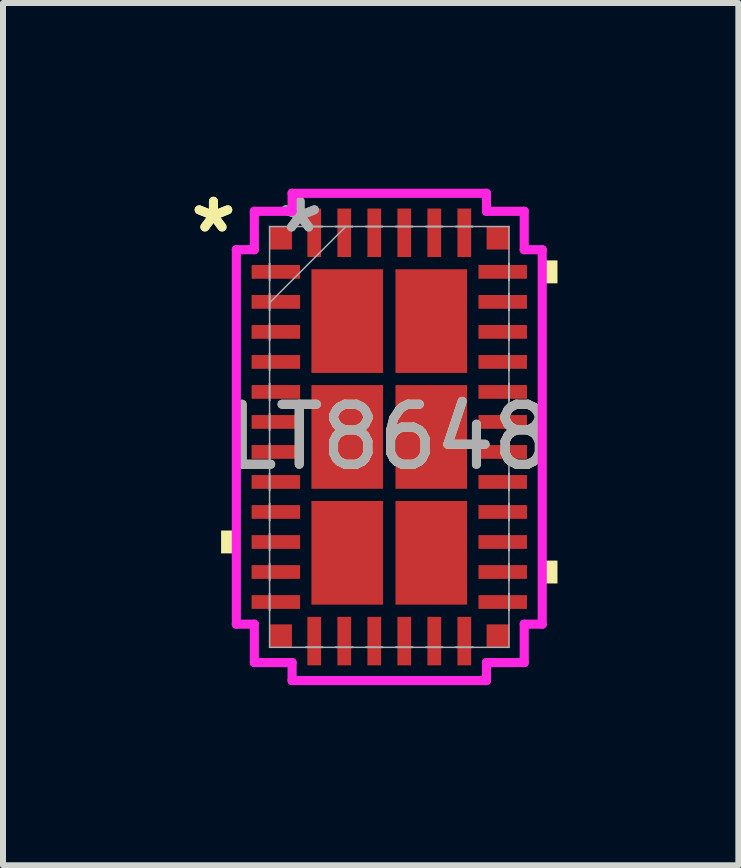
<source format=kicad_pcb>
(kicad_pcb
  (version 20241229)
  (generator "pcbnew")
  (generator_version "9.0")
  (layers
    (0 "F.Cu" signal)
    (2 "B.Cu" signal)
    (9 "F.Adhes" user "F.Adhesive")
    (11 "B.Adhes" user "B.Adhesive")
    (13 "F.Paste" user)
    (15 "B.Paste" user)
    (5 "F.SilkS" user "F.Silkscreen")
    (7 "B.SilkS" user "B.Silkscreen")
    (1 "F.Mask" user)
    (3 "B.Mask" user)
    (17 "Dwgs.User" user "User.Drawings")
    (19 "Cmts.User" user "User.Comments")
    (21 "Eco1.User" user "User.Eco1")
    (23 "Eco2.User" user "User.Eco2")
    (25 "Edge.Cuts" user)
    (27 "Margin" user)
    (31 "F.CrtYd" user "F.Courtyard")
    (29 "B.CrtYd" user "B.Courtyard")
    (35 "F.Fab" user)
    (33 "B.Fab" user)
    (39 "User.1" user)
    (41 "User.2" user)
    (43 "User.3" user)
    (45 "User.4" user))
  (footprint "LT8648"
    (layer "F.Cu")
    (at 3.435 4.229)
    (property "Reference" "LT8648" (at 0 0 0) (unlocked yes) (layer "F.SilkS") (effects (font (size 1 1) (thickness 0.15))))
    (attr smd)
    (fp_poly (pts (xy -2.802 1.559) (xy -2.802 1.94) (xy -2.548 1.94) (xy -2.548 1.559)) (stroke (width 0) (type solid)) (fill yes) (layer "F.SilkS"))
    (fp_poly (pts (xy 2.802 -2.941) (xy 2.802 -2.559) (xy 2.548 -2.559) (xy 2.548 -2.941)) (stroke (width 0) (type solid)) (fill yes) (layer "F.SilkS"))
    (fp_poly (pts (xy 2.802 2.06) (xy 2.802 2.441) (xy 2.548 2.441) (xy 2.548 2.06)) (stroke (width 0) (type solid)) (fill yes) (layer "F.SilkS"))
    (fp_line (start -2.548 -3.119) (end -2.248 -3.119) (stroke (width 0.152) (type solid)) (layer "F.CrtYd"))
    (fp_line (start -2.548 3.119) (end -2.548 -3.119) (stroke (width 0.152) (type solid)) (layer "F.CrtYd"))
    (fp_line (start -2.548 3.119) (end -2.248 3.119) (stroke (width 0.152) (type solid)) (layer "F.CrtYd"))
    (fp_line (start -2.248 -3.759) (end -1.619 -3.759) (stroke (width 0.152) (type solid)) (layer "F.CrtYd"))
    (fp_line (start -2.248 -3.119) (end -2.248 -3.759) (stroke (width 0.152) (type solid)) (layer "F.CrtYd"))
    (fp_line (start -2.248 3.759) (end -2.248 3.119) (stroke (width 0.152) (type solid)) (layer "F.CrtYd"))
    (fp_line (start -1.619 -4.059) (end 1.619 -4.059) (stroke (width 0.152) (type solid)) (layer "F.CrtYd"))
    (fp_line (start -1.619 -3.759) (end -1.619 -4.059) (stroke (width 0.152) (type solid)) (layer "F.CrtYd"))
    (fp_line (start -1.619 3.759) (end -2.248 3.759) (stroke (width 0.152) (type solid)) (layer "F.CrtYd"))
    (fp_line (start -1.619 4.059) (end -1.619 3.759) (stroke (width 0.152) (type solid)) (layer "F.CrtYd"))
    (fp_line (start 1.619 -4.059) (end 1.619 -3.759) (stroke (width 0.152) (type solid)) (layer "F.CrtYd"))
    (fp_line (start 1.619 -3.759) (end 2.248 -3.759) (stroke (width 0.152) (type solid)) (layer "F.CrtYd"))
    (fp_line (start 1.619 3.759) (end 1.619 4.059) (stroke (width 0.152) (type solid)) (layer "F.CrtYd"))
    (fp_line (start 1.619 4.059) (end -1.619 4.059) (stroke (width 0.152) (type solid)) (layer "F.CrtYd"))
    (fp_line (start 2.248 -3.759) (end 2.248 -3.119) (stroke (width 0.152) (type solid)) (layer "F.CrtYd"))
    (fp_line (start 2.248 -3.119) (end 2.548 -3.119) (stroke (width 0.152) (type solid)) (layer "F.CrtYd"))
    (fp_line (start 2.248 3.119) (end 2.248 3.759) (stroke (width 0.152) (type solid)) (layer "F.CrtYd"))
    (fp_line (start 2.248 3.759) (end 1.619 3.759) (stroke (width 0.152) (type solid)) (layer "F.CrtYd"))
    (fp_line (start 2.548 -3.119) (end 2.548 3.119) (stroke (width 0.152) (type solid)) (layer "F.CrtYd"))
    (fp_line (start 2.548 3.119) (end 2.248 3.119) (stroke (width 0.152) (type solid)) (layer "F.CrtYd"))
    (fp_line (start -1.994 -3.505) (end -1.994 3.505) (stroke (width 0.025) (type solid)) (layer "F.Fab"))
    (fp_line (start -1.994 -2.89) (end -1.994 -2.89) (stroke (width 0.025) (type solid)) (layer "F.Fab"))
    (fp_line (start -1.994 -2.89) (end -1.994 -2.61) (stroke (width 0.025) (type solid)) (layer "F.Fab"))
    (fp_line (start -1.994 -2.61) (end -1.994 -2.89) (stroke (width 0.025) (type solid)) (layer "F.Fab"))
    (fp_line (start -1.994 -2.61) (end -1.994 -2.61) (stroke (width 0.025) (type solid)) (layer "F.Fab"))
    (fp_line (start -1.994 -2.39) (end -1.994 -2.39) (stroke (width 0.025) (type solid)) (layer "F.Fab"))
    (fp_line (start -1.994 -2.39) (end -1.994 -2.11) (stroke (width 0.025) (type solid)) (layer "F.Fab"))
    (fp_line (start -1.994 -2.235) (end -0.724 -3.505) (stroke (width 0.025) (type solid)) (layer "F.Fab"))
    (fp_line (start -1.994 -2.11) (end -1.994 -2.39) (stroke (width 0.025) (type solid)) (layer "F.Fab"))
    (fp_line (start -1.994 -2.11) (end -1.994 -2.11) (stroke (width 0.025) (type solid)) (layer "F.Fab"))
    (fp_line (start -1.994 -1.89) (end -1.994 -1.89) (stroke (width 0.025) (type solid)) (layer "F.Fab"))
    (fp_line (start -1.994 -1.89) (end -1.994 -1.61) (stroke (width 0.025) (type solid)) (layer "F.Fab"))
    (fp_line (start -1.994 -1.61) (end -1.994 -1.89) (stroke (width 0.025) (type solid)) (layer "F.Fab"))
    (fp_line (start -1.994 -1.61) (end -1.994 -1.61) (stroke (width 0.025) (type solid)) (layer "F.Fab"))
    (fp_line (start -1.994 -1.39) (end -1.994 -1.39) (stroke (width 0.025) (type solid)) (layer "F.Fab"))
    (fp_line (start -1.994 -1.39) (end -1.994 -1.11) (stroke (width 0.025) (type solid)) (layer "F.Fab"))
    (fp_line (start -1.994 -1.11) (end -1.994 -1.39) (stroke (width 0.025) (type solid)) (layer "F.Fab"))
    (fp_line (start -1.994 -1.11) (end -1.994 -1.11) (stroke (width 0.025) (type solid)) (layer "F.Fab"))
    (fp_line (start -1.994 -0.89) (end -1.994 -0.89) (stroke (width 0.025) (type solid)) (layer "F.Fab"))
    (fp_line (start -1.994 -0.89) (end -1.994 -0.61) (stroke (width 0.025) (type solid)) (layer "F.Fab"))
    (fp_line (start -1.994 -0.61) (end -1.994 -0.89) (stroke (width 0.025) (type solid)) (layer "F.Fab"))
    (fp_line (start -1.994 -0.61) (end -1.994 -0.61) (stroke (width 0.025) (type solid)) (layer "F.Fab"))
    (fp_line (start -1.994 -0.39) (end -1.994 -0.39) (stroke (width 0.025) (type solid)) (layer "F.Fab"))
    (fp_line (start -1.994 -0.39) (end -1.994 -0.11) (stroke (width 0.025) (type solid)) (layer "F.Fab"))
    (fp_line (start -1.994 -0.11) (end -1.994 -0.39) (stroke (width 0.025) (type solid)) (layer "F.Fab"))
    (fp_line (start -1.994 -0.11) (end -1.994 -0.11) (stroke (width 0.025) (type solid)) (layer "F.Fab"))
    (fp_line (start -1.994 0.11) (end -1.994 0.11) (stroke (width 0.025) (type solid)) (layer "F.Fab"))
    (fp_line (start -1.994 0.11) (end -1.994 0.39) (stroke (width 0.025) (type solid)) (layer "F.Fab"))
    (fp_line (start -1.994 0.39) (end -1.994 0.11) (stroke (width 0.025) (type solid)) (layer "F.Fab"))
    (fp_line (start -1.994 0.39) (end -1.994 0.39) (stroke (width 0.025) (type solid)) (layer "F.Fab"))
    (fp_line (start -1.994 0.61) (end -1.994 0.61) (stroke (width 0.025) (type solid)) (layer "F.Fab"))
    (fp_line (start -1.994 0.61) (end -1.994 0.89) (stroke (width 0.025) (type solid)) (layer "F.Fab"))
    (fp_line (start -1.994 0.89) (end -1.994 0.61) (stroke (width 0.025) (type solid)) (layer "F.Fab"))
    (fp_line (start -1.994 0.89) (end -1.994 0.89) (stroke (width 0.025) (type solid)) (layer "F.Fab"))
    (fp_line (start -1.994 1.11) (end -1.994 1.11) (stroke (width 0.025) (type solid)) (layer "F.Fab"))
    (fp_line (start -1.994 1.11) (end -1.994 1.39) (stroke (width 0.025) (type solid)) (layer "F.Fab"))
    (fp_line (start -1.994 1.39) (end -1.994 1.11) (stroke (width 0.025) (type solid)) (layer "F.Fab"))
    (fp_line (start -1.994 1.39) (end -1.994 1.39) (stroke (width 0.025) (type solid)) (layer "F.Fab"))
    (fp_line (start -1.994 1.61) (end -1.994 1.61) (stroke (width 0.025) (type solid)) (layer "F.Fab"))
    (fp_line (start -1.994 1.61) (end -1.994 1.89) (stroke (width 0.025) (type solid)) (layer "F.Fab"))
    (fp_line (start -1.994 1.89) (end -1.994 1.61) (stroke (width 0.025) (type solid)) (layer "F.Fab"))
    (fp_line (start -1.994 1.89) (end -1.994 1.89) (stroke (width 0.025) (type solid)) (layer "F.Fab"))
    (fp_line (start -1.994 2.11) (end -1.994 2.11) (stroke (width 0.025) (type solid)) (layer "F.Fab"))
    (fp_line (start -1.994 2.11) (end -1.994 2.39) (stroke (width 0.025) (type solid)) (layer "F.Fab"))
    (fp_line (start -1.994 2.39) (end -1.994 2.11) (stroke (width 0.025) (type solid)) (layer "F.Fab"))
    (fp_line (start -1.994 2.39) (end -1.994 2.39) (stroke (width 0.025) (type solid)) (layer "F.Fab"))
    (fp_line (start -1.994 2.61) (end -1.994 2.61) (stroke (width 0.025) (type solid)) (layer "F.Fab"))
    (fp_line (start -1.994 2.61) (end -1.994 2.89) (stroke (width 0.025) (type solid)) (layer "F.Fab"))
    (fp_line (start -1.994 2.89) (end -1.994 2.61) (stroke (width 0.025) (type solid)) (layer "F.Fab"))
    (fp_line (start -1.994 2.89) (end -1.994 2.89) (stroke (width 0.025) (type solid)) (layer "F.Fab"))
    (fp_line (start -1.994 3.505) (end 1.994 3.505) (stroke (width 0.025) (type solid)) (layer "F.Fab"))
    (fp_line (start -1.39 -3.505) (end -1.39 -3.505) (stroke (width 0.025) (type solid)) (layer "F.Fab"))
    (fp_line (start -1.39 -3.505) (end -1.11 -3.505) (stroke (width 0.025) (type solid)) (layer "F.Fab"))
    (fp_line (start -1.39 3.505) (end -1.39 3.505) (stroke (width 0.025) (type solid)) (layer "F.Fab"))
    (fp_line (start -1.39 3.505) (end -1.11 3.505) (stroke (width 0.025) (type solid)) (layer "F.Fab"))
    (fp_line (start -1.11 -3.505) (end -1.39 -3.505) (stroke (width 0.025) (type solid)) (layer "F.Fab"))
    (fp_line (start -1.11 -3.505) (end -1.11 -3.505) (stroke (width 0.025) (type solid)) (layer "F.Fab"))
    (fp_line (start -1.11 3.505) (end -1.39 3.505) (stroke (width 0.025) (type solid)) (layer "F.Fab"))
    (fp_line (start -1.11 3.505) (end -1.11 3.505) (stroke (width 0.025) (type solid)) (layer "F.Fab"))
    (fp_line (start -0.89 -3.505) (end -0.89 -3.505) (stroke (width 0.025) (type solid)) (layer "F.Fab"))
    (fp_line (start -0.89 -3.505) (end -0.61 -3.505) (stroke (width 0.025) (type solid)) (layer "F.Fab"))
    (fp_line (start -0.89 3.505) (end -0.89 3.505) (stroke (width 0.025) (type solid)) (layer "F.Fab"))
    (fp_line (start -0.89 3.505) (end -0.61 3.505) (stroke (width 0.025) (type solid)) (layer "F.Fab"))
    (fp_line (start -0.61 -3.505) (end -0.89 -3.505) (stroke (width 0.025) (type solid)) (layer "F.Fab"))
    (fp_line (start -0.61 -3.505) (end -0.61 -3.505) (stroke (width 0.025) (type solid)) (layer "F.Fab"))
    (fp_line (start -0.61 3.505) (end -0.89 3.505) (stroke (width 0.025) (type solid)) (layer "F.Fab"))
    (fp_line (start -0.61 3.505) (end -0.61 3.505) (stroke (width 0.025) (type solid)) (layer "F.Fab"))
    (fp_line (start -0.39 -3.505) (end -0.39 -3.505) (stroke (width 0.025) (type solid)) (layer "F.Fab"))
    (fp_line (start -0.39 -3.505) (end -0.11 -3.505) (stroke (width 0.025) (type solid)) (layer "F.Fab"))
    (fp_line (start -0.39 3.505) (end -0.39 3.505) (stroke (width 0.025) (type solid)) (layer "F.Fab"))
    (fp_line (start -0.39 3.505) (end -0.11 3.505) (stroke (width 0.025) (type solid)) (layer "F.Fab"))
    (fp_line (start -0.11 -3.505) (end -0.39 -3.505) (stroke (width 0.025) (type solid)) (layer "F.Fab"))
    (fp_line (start -0.11 -3.505) (end -0.11 -3.505) (stroke (width 0.025) (type solid)) (layer "F.Fab"))
    (fp_line (start -0.11 3.505) (end -0.39 3.505) (stroke (width 0.025) (type solid)) (layer "F.Fab"))
    (fp_line (start -0.11 3.505) (end -0.11 3.505) (stroke (width 0.025) (type solid)) (layer "F.Fab"))
    (fp_line (start 0.11 -3.505) (end 0.11 -3.505) (stroke (width 0.025) (type solid)) (layer "F.Fab"))
    (fp_line (start 0.11 -3.505) (end 0.39 -3.505) (stroke (width 0.025) (type solid)) (layer "F.Fab"))
    (fp_line (start 0.11 3.505) (end 0.11 3.505) (stroke (width 0.025) (type solid)) (layer "F.Fab"))
    (fp_line (start 0.11 3.505) (end 0.39 3.505) (stroke (width 0.025) (type solid)) (layer "F.Fab"))
    (fp_line (start 0.39 -3.505) (end 0.11 -3.505) (stroke (width 0.025) (type solid)) (layer "F.Fab"))
    (fp_line (start 0.39 -3.505) (end 0.39 -3.505) (stroke (width 0.025) (type solid)) (layer "F.Fab"))
    (fp_line (start 0.39 3.505) (end 0.11 3.505) (stroke (width 0.025) (type solid)) (layer "F.Fab"))
    (fp_line (start 0.39 3.505) (end 0.39 3.505) (stroke (width 0.025) (type solid)) (layer "F.Fab"))
    (fp_line (start 0.61 -3.505) (end 0.61 -3.505) (stroke (width 0.025) (type solid)) (layer "F.Fab"))
    (fp_line (start 0.61 -3.505) (end 0.89 -3.505) (stroke (width 0.025) (type solid)) (layer "F.Fab"))
    (fp_line (start 0.61 3.505) (end 0.61 3.505) (stroke (width 0.025) (type solid)) (layer "F.Fab"))
    (fp_line (start 0.61 3.505) (end 0.89 3.505) (stroke (width 0.025) (type solid)) (layer "F.Fab"))
    (fp_line (start 0.89 -3.505) (end 0.61 -3.505) (stroke (width 0.025) (type solid)) (layer "F.Fab"))
    (fp_line (start 0.89 -3.505) (end 0.89 -3.505) (stroke (width 0.025) (type solid)) (layer "F.Fab"))
    (fp_line (start 0.89 3.505) (end 0.61 3.505) (stroke (width 0.025) (type solid)) (layer "F.Fab"))
    (fp_line (start 0.89 3.505) (end 0.89 3.505) (stroke (width 0.025) (type solid)) (layer "F.Fab"))
    (fp_line (start 1.11 -3.505) (end 1.11 -3.505) (stroke (width 0.025) (type solid)) (layer "F.Fab"))
    (fp_line (start 1.11 -3.505) (end 1.39 -3.505) (stroke (width 0.025) (type solid)) (layer "F.Fab"))
    (fp_line (start 1.11 3.505) (end 1.11 3.505) (stroke (width 0.025) (type solid)) (layer "F.Fab"))
    (fp_line (start 1.11 3.505) (end 1.39 3.505) (stroke (width 0.025) (type solid)) (layer "F.Fab"))
    (fp_line (start 1.39 -3.505) (end 1.11 -3.505) (stroke (width 0.025) (type solid)) (layer "F.Fab"))
    (fp_line (start 1.39 -3.505) (end 1.39 -3.505) (stroke (width 0.025) (type solid)) (layer "F.Fab"))
    (fp_line (start 1.39 3.505) (end 1.11 3.505) (stroke (width 0.025) (type solid)) (layer "F.Fab"))
    (fp_line (start 1.39 3.505) (end 1.39 3.505) (stroke (width 0.025) (type solid)) (layer "F.Fab"))
    (fp_line (start 1.994 -3.505) (end -1.994 -3.505) (stroke (width 0.025) (type solid)) (layer "F.Fab"))
    (fp_line (start 1.994 -2.89) (end 1.994 -2.89) (stroke (width 0.025) (type solid)) (layer "F.Fab"))
    (fp_line (start 1.994 -2.89) (end 1.994 -2.61) (stroke (width 0.025) (type solid)) (layer "F.Fab"))
    (fp_line (start 1.994 -2.61) (end 1.994 -2.89) (stroke (width 0.025) (type solid)) (layer "F.Fab"))
    (fp_line (start 1.994 -2.61) (end 1.994 -2.61) (stroke (width 0.025) (type solid)) (layer "F.Fab"))
    (fp_line (start 1.994 -2.39) (end 1.994 -2.39) (stroke (width 0.025) (type solid)) (layer "F.Fab"))
    (fp_line (start 1.994 -2.39) (end 1.994 -2.11) (stroke (width 0.025) (type solid)) (layer "F.Fab"))
    (fp_line (start 1.994 -2.11) (end 1.994 -2.39) (stroke (width 0.025) (type solid)) (layer "F.Fab"))
    (fp_line (start 1.994 -2.11) (end 1.994 -2.11) (stroke (width 0.025) (type solid)) (layer "F.Fab"))
    (fp_line (start 1.994 -1.89) (end 1.994 -1.89) (stroke (width 0.025) (type solid)) (layer "F.Fab"))
    (fp_line (start 1.994 -1.89) (end 1.994 -1.61) (stroke (width 0.025) (type solid)) (layer "F.Fab"))
    (fp_line (start 1.994 -1.61) (end 1.994 -1.89) (stroke (width 0.025) (type solid)) (layer "F.Fab"))
    (fp_line (start 1.994 -1.61) (end 1.994 -1.61) (stroke (width 0.025) (type solid)) (layer "F.Fab"))
    (fp_line (start 1.994 -1.39) (end 1.994 -1.39) (stroke (width 0.025) (type solid)) (layer "F.Fab"))
    (fp_line (start 1.994 -1.39) (end 1.994 -1.11) (stroke (width 0.025) (type solid)) (layer "F.Fab"))
    (fp_line (start 1.994 -1.11) (end 1.994 -1.39) (stroke (width 0.025) (type solid)) (layer "F.Fab"))
    (fp_line (start 1.994 -1.11) (end 1.994 -1.11) (stroke (width 0.025) (type solid)) (layer "F.Fab"))
    (fp_line (start 1.994 -0.89) (end 1.994 -0.89) (stroke (width 0.025) (type solid)) (layer "F.Fab"))
    (fp_line (start 1.994 -0.89) (end 1.994 -0.61) (stroke (width 0.025) (type solid)) (layer "F.Fab"))
    (fp_line (start 1.994 -0.61) (end 1.994 -0.89) (stroke (width 0.025) (type solid)) (layer "F.Fab"))
    (fp_line (start 1.994 -0.61) (end 1.994 -0.61) (stroke (width 0.025) (type solid)) (layer "F.Fab"))
    (fp_line (start 1.994 -0.39) (end 1.994 -0.39) (stroke (width 0.025) (type solid)) (layer "F.Fab"))
    (fp_line (start 1.994 -0.39) (end 1.994 -0.11) (stroke (width 0.025) (type solid)) (layer "F.Fab"))
    (fp_line (start 1.994 -0.11) (end 1.994 -0.39) (stroke (width 0.025) (type solid)) (layer "F.Fab"))
    (fp_line (start 1.994 -0.11) (end 1.994 -0.11) (stroke (width 0.025) (type solid)) (layer "F.Fab"))
    (fp_line (start 1.994 0.11) (end 1.994 0.11) (stroke (width 0.025) (type solid)) (layer "F.Fab"))
    (fp_line (start 1.994 0.11) (end 1.994 0.39) (stroke (width 0.025) (type solid)) (layer "F.Fab"))
    (fp_line (start 1.994 0.39) (end 1.994 0.11) (stroke (width 0.025) (type solid)) (layer "F.Fab"))
    (fp_line (start 1.994 0.39) (end 1.994 0.39) (stroke (width 0.025) (type solid)) (layer "F.Fab"))
    (fp_line (start 1.994 0.61) (end 1.994 0.61) (stroke (width 0.025) (type solid)) (layer "F.Fab"))
    (fp_line (start 1.994 0.61) (end 1.994 0.89) (stroke (width 0.025) (type solid)) (layer "F.Fab"))
    (fp_line (start 1.994 0.89) (end 1.994 0.61) (stroke (width 0.025) (type solid)) (layer "F.Fab"))
    (fp_line (start 1.994 0.89) (end 1.994 0.89) (stroke (width 0.025) (type solid)) (layer "F.Fab"))
    (fp_line (start 1.994 1.11) (end 1.994 1.11) (stroke (width 0.025) (type solid)) (layer "F.Fab"))
    (fp_line (start 1.994 1.11) (end 1.994 1.39) (stroke (width 0.025) (type solid)) (layer "F.Fab"))
    (fp_line (start 1.994 1.39) (end 1.994 1.11) (stroke (width 0.025) (type solid)) (layer "F.Fab"))
    (fp_line (start 1.994 1.39) (end 1.994 1.39) (stroke (width 0.025) (type solid)) (layer "F.Fab"))
    (fp_line (start 1.994 1.61) (end 1.994 1.61) (stroke (width 0.025) (type solid)) (layer "F.Fab"))
    (fp_line (start 1.994 1.61) (end 1.994 1.89) (stroke (width 0.025) (type solid)) (layer "F.Fab"))
    (fp_line (start 1.994 1.89) (end 1.994 1.61) (stroke (width 0.025) (type solid)) (layer "F.Fab"))
    (fp_line (start 1.994 1.89) (end 1.994 1.89) (stroke (width 0.025) (type solid)) (layer "F.Fab"))
    (fp_line (start 1.994 2.11) (end 1.994 2.11) (stroke (width 0.025) (type solid)) (layer "F.Fab"))
    (fp_line (start 1.994 2.11) (end 1.994 2.39) (stroke (width 0.025) (type solid)) (layer "F.Fab"))
    (fp_line (start 1.994 2.39) (end 1.994 2.11) (stroke (width 0.025) (type solid)) (layer "F.Fab"))
    (fp_line (start 1.994 2.39) (end 1.994 2.39) (stroke (width 0.025) (type solid)) (layer "F.Fab"))
    (fp_line (start 1.994 2.61) (end 1.994 2.61) (stroke (width 0.025) (type solid)) (layer "F.Fab"))
    (fp_line (start 1.994 2.61) (end 1.994 2.89) (stroke (width 0.025) (type solid)) (layer "F.Fab"))
    (fp_line (start 1.994 2.89) (end 1.994 2.61) (stroke (width 0.025) (type solid)) (layer "F.Fab"))
    (fp_line (start 1.994 2.89) (end 1.994 2.89) (stroke (width 0.025) (type solid)) (layer "F.Fab"))
    (fp_line (start 1.994 3.505) (end 1.994 -3.505) (stroke (width 0.025) (type solid)) (layer "F.Fab"))
    (fp_text user "*" (at -2.929 -3.381 0) (layer "F.SilkS") (effects (font (size 1 1) (thickness 0.15))))
    (fp_text user "*" (at -2.929 -3.381 0) (unlocked yes) (layer "F.SilkS") (effects (font (size 1 1) (thickness 0.15))))
    (fp_text user "${REFERENCE}" (at 0 0 0) (unlocked yes) (layer "F.Fab") (effects (font (size 1 1) (thickness 0.15))))
    (fp_text user "*" (at -1.486 -3.381 0) (layer "F.Fab") (effects (font (size 1 1) (thickness 0.15))))
    (fp_text user "*" (at -1.486 -3.381 0) (unlocked yes) (layer "F.Fab") (effects (font (size 1 1) (thickness 0.15))))
    (pad "1" smd rect (at -1.89 -2.75 90) (size 0.229 0.808) (layers "F.Cu" "F.Mask" "F.Paste"))
    (pad "2" smd rect (at -1.89 -2.25 90) (size 0.229 0.808) (layers "F.Cu" "F.Mask" "F.Paste"))
    (pad "3" smd rect (at -1.89 -1.75 90) (size 0.229 0.808) (layers "F.Cu" "F.Mask" "F.Paste"))
    (pad "4" smd rect (at -1.89 -1.25 90) (size 0.229 0.808) (layers "F.Cu" "F.Mask" "F.Paste"))
    (pad "5" smd rect (at -1.89 -0.75 90) (size 0.229 0.808) (layers "F.Cu" "F.Mask" "F.Paste"))
    (pad "6" smd rect (at -1.89 -0.25 90) (size 0.229 0.808) (layers "F.Cu" "F.Mask" "F.Paste"))
    (pad "7" smd rect (at -1.89 0.25 90) (size 0.229 0.808) (layers "F.Cu" "F.Mask" "F.Paste"))
    (pad "8" smd rect (at -1.89 0.75 90) (size 0.229 0.808) (layers "F.Cu" "F.Mask" "F.Paste"))
    (pad "9" smd rect (at -1.89 1.25 90) (size 0.229 0.808) (layers "F.Cu" "F.Mask" "F.Paste"))
    (pad "10" smd rect (at -1.89 1.75 90) (size 0.229 0.808) (layers "F.Cu" "F.Mask" "F.Paste"))
    (pad "11" smd rect (at -1.89 2.25 90) (size 0.229 0.808) (layers "F.Cu" "F.Mask" "F.Paste"))
    (pad "12" smd rect (at -1.89 2.75 90) (size 0.229 0.808) (layers "F.Cu" "F.Mask" "F.Paste"))
    (pad "13" smd rect (at -1.25 3.401) (size 0.229 0.808) (layers "F.Cu" "F.Mask" "F.Paste"))
    (pad "14" smd rect (at -0.75 3.401) (size 0.229 0.808) (layers "F.Cu" "F.Mask" "F.Paste"))
    (pad "15" smd rect (at -0.25 3.401) (size 0.229 0.808) (layers "F.Cu" "F.Mask" "F.Paste"))
    (pad "16" smd rect (at 0.25 3.401) (size 0.229 0.808) (layers "F.Cu" "F.Mask" "F.Paste"))
    (pad "17" smd rect (at 0.75 3.401) (size 0.229 0.808) (layers "F.Cu" "F.Mask" "F.Paste"))
    (pad "18" smd rect (at 1.25 3.401) (size 0.229 0.808) (layers "F.Cu" "F.Mask" "F.Paste"))
    (pad "19" smd rect (at 1.89 2.75 90) (size 0.229 0.808) (layers "F.Cu" "F.Mask" "F.Paste"))
    (pad "20" smd rect (at 1.89 2.25 90) (size 0.229 0.808) (layers "F.Cu" "F.Mask" "F.Paste"))
    (pad "21" smd rect (at 1.89 1.75 90) (size 0.229 0.808) (layers "F.Cu" "F.Mask" "F.Paste"))
    (pad "22" smd rect (at 1.89 1.25 90) (size 0.229 0.808) (layers "F.Cu" "F.Mask" "F.Paste"))
    (pad "23" smd rect (at 1.89 0.75 90) (size 0.229 0.808) (layers "F.Cu" "F.Mask" "F.Paste"))
    (pad "24" smd rect (at 1.89 0.25 90) (size 0.229 0.808) (layers "F.Cu" "F.Mask" "F.Paste"))
    (pad "25" smd rect (at 1.89 -0.25 90) (size 0.229 0.808) (layers "F.Cu" "F.Mask" "F.Paste"))
    (pad "26" smd rect (at 1.89 -0.75 90) (size 0.229 0.808) (layers "F.Cu" "F.Mask" "F.Paste"))
    (pad "27" smd rect (at 1.89 -1.25 90) (size 0.229 0.808) (layers "F.Cu" "F.Mask" "F.Paste"))
    (pad "28" smd rect (at 1.89 -1.75 90) (size 0.229 0.808) (layers "F.Cu" "F.Mask" "F.Paste"))
    (pad "29" smd rect (at 1.89 -2.25 90) (size 0.229 0.808) (layers "F.Cu" "F.Mask" "F.Paste"))
    (pad "30" smd rect (at 1.89 -2.75 90) (size 0.229 0.808) (layers "F.Cu" "F.Mask" "F.Paste"))
    (pad "31" smd rect (at 1.25 -3.401) (size 0.229 0.808) (layers "F.Cu" "F.Mask" "F.Paste"))
    (pad "32" smd rect (at 0.75 -3.401) (size 0.229 0.808) (layers "F.Cu" "F.Mask" "F.Paste"))
    (pad "33" smd rect (at 0.25 -3.401) (size 0.229 0.808) (layers "F.Cu" "F.Mask" "F.Paste"))
    (pad "34" smd rect (at -0.25 -3.401) (size 0.229 0.808) (layers "F.Cu" "F.Mask" "F.Paste"))
    (pad "35" smd rect (at -0.75 -3.401) (size 0.229 0.808) (layers "F.Cu" "F.Mask" "F.Paste"))
    (pad "36" smd rect (at -1.25 -3.401) (size 0.229 0.808) (layers "F.Cu" "F.Mask" "F.Paste"))
    (pad "37" smd rect (at -0.7 -1.93) (size 1.194 1.727) (layers "F.Cu" "F.Mask" "F.Paste"))
    (pad "38" smd rect (at 0.7 -1.93) (size 1.194 1.727) (layers "F.Cu" "F.Mask" "F.Paste"))
    (pad "39" smd rect (at -0.7 0) (size 1.194 1.727) (layers "F.Cu" "F.Mask" "F.Paste"))
    (pad "40" smd rect (at 0.7 0) (size 1.194 1.727) (layers "F.Cu" "F.Mask" "F.Paste"))
    (pad "41" smd rect (at -0.7 1.93) (size 1.194 1.727) (layers "F.Cu" "F.Mask" "F.Paste"))
    (pad "42" smd rect (at 0.7 1.93) (size 1.194 1.727) (layers "F.Cu" "F.Mask" "F.Paste"))
    (pad "43" smd rect (at -1.812 -3.313) (size 0.381 0.381) (layers "F.Cu" "F.Mask" "F.Paste"))
    (pad "44" smd rect (at 1.812 -3.313) (size 0.381 0.381) (layers "F.Cu" "F.Mask" "F.Paste"))
    (pad "45" smd rect (at -1.812 3.313) (size 0.381 0.381) (layers "F.Cu" "F.Mask" "F.Paste"))
    (pad "46" smd rect (at 1.812 3.313) (size 0.381 0.381) (layers "F.Cu" "F.Mask" "F.Paste")))
  (gr_rect
    (start -3 -3)
    (end 9.25 11.365)
    (stroke (width 0.1) (type default))
    (fill no)
    (layer "Edge.Cuts")))
</source>
